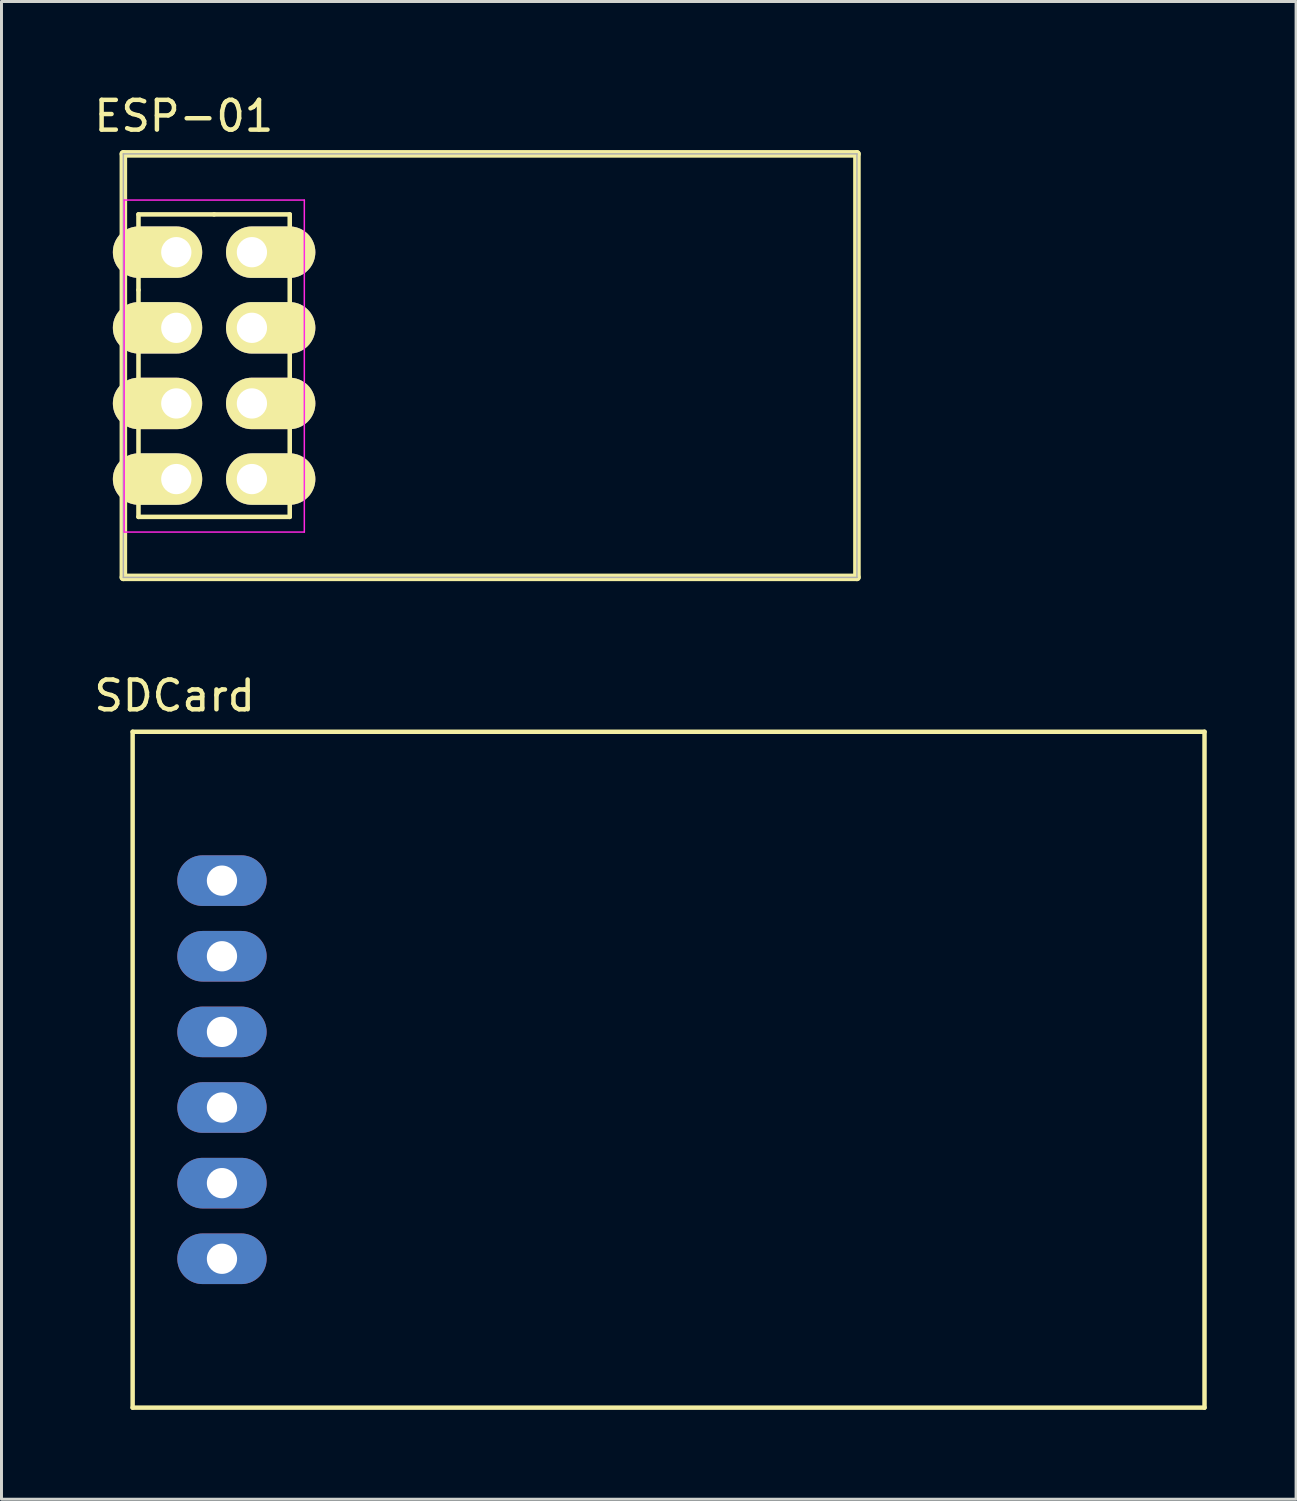
<source format=kicad_pcb>
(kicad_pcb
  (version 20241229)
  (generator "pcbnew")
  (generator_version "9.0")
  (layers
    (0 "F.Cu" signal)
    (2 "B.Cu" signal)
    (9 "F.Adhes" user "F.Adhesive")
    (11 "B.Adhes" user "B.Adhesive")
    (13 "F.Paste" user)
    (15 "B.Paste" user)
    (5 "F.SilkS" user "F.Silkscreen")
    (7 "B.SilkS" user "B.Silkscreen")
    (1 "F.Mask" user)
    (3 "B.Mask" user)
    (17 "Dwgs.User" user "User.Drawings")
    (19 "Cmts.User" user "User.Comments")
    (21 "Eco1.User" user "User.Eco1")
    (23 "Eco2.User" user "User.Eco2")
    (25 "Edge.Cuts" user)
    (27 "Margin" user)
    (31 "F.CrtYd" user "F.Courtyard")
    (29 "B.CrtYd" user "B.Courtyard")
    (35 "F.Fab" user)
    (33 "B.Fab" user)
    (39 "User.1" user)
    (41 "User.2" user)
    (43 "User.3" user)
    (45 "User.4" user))
  (footprint "SDCard"
    (layer "F.Cu")
    (at 4.405 26.527)
    (property "Reference" "SDCard" (at -1.59 -6.21 0) (layer "F.SilkS") (effects (font (size 1 1) (thickness 0.15))))
    (attr through_hole)
    (fp_line (start -3 -5) (end -3 17.7) (stroke (width 0.15) (type solid)) (layer "F.SilkS"))
    (fp_line (start 33 -5) (end -3 -5) (stroke (width 0.15) (type solid)) (layer "F.SilkS"))
    (fp_line (start 33 -5) (end 33 17.7) (stroke (width 0.15) (type solid)) (layer "F.SilkS"))
    (fp_line (start 33 17.7) (end -3 17.7) (stroke (width 0.15) (type solid)) (layer "F.SilkS"))
    (pad "1" thru_hole oval (at 0 0) (size 3 1.7) (drill 1.016) (layers "*.Cu" "*.Mask"))
    (pad "2" thru_hole oval (at 0 2.54) (size 3 1.7) (drill 1.016) (layers "*.Cu" "*.Mask"))
    (pad "3" thru_hole oval (at 0 5.08) (size 3 1.7) (drill 1.016) (layers "*.Cu" "*.Mask"))
    (pad "4" thru_hole oval (at 0 7.62) (size 3 1.7) (drill 1.016) (layers "*.Cu" "*.Mask"))
    (pad "5" thru_hole oval (at 0 10.16) (size 3 1.7) (drill 1.016) (layers "*.Cu" "*.Mask"))
    (pad "6" thru_hole oval (at 0 12.7) (size 3 1.7) (drill 1.016) (layers "*.Cu" "*.Mask")))
  (footprint "ESP-01"
    (layer "F.Cu")
    (at 2.871 5.42)
    (property "Reference" "ESP-01" (at 0.254 -4.572 0) (layer "F.SilkS") (effects (font (size 1 1) (thickness 0.15))))
    (attr through_hole)
    (fp_line (start -1.778 -3.302) (end 22.86 -3.302) (stroke (width 0.254) (type solid)) (layer "F.SilkS"))
    (fp_line (start -1.778 10.922) (end -1.778 -3.302) (stroke (width 0.254) (type solid)) (layer "F.SilkS"))
    (fp_line (start -1.27 -1.27) (end -1.27 1.27) (stroke (width 0.152) (type solid)) (layer "F.SilkS"))
    (fp_line (start -1.27 1.27) (end -1.27 8.89) (stroke (width 0.152) (type solid)) (layer "F.SilkS"))
    (fp_line (start -1.27 8.89) (end 3.81 8.89) (stroke (width 0.152) (type solid)) (layer "F.SilkS"))
    (fp_line (start 1.27 -1.27) (end -1.27 -1.27) (stroke (width 0.152) (type solid)) (layer "F.SilkS"))
    (fp_line (start 3.81 -1.27) (end 1.27 -1.27) (stroke (width 0.152) (type solid)) (layer "F.SilkS"))
    (fp_line (start 3.81 8.89) (end 3.81 -1.27) (stroke (width 0.152) (type solid)) (layer "F.SilkS"))
    (fp_line (start 22.86 -3.302) (end 22.86 10.922) (stroke (width 0.254) (type solid)) (layer "F.SilkS"))
    (fp_line (start 22.86 10.922) (end -1.778 10.922) (stroke (width 0.254) (type solid)) (layer "F.SilkS"))
    (fp_line (start -1.75 -1.75) (end -1.75 9.4) (stroke (width 0.05) (type solid)) (layer "F.CrtYd"))
    (fp_line (start -1.75 -1.75) (end 4.3 -1.75) (stroke (width 0.05) (type solid)) (layer "F.CrtYd"))
    (fp_line (start -1.75 9.4) (end 4.3 9.4) (stroke (width 0.05) (type solid)) (layer "F.CrtYd"))
    (fp_line (start 4.3 -1.75) (end 4.3 9.4) (stroke (width 0.05) (type solid)) (layer "F.CrtYd"))
    (fp_line (start -1.778 -3.302) (end 22.86 -3.302) (stroke (width 0.05) (type solid)) (layer "F.Fab"))
    (fp_line (start -1.778 10.922) (end -1.778 -3.302) (stroke (width 0.05) (type solid)) (layer "F.Fab"))
    (fp_line (start 22.86 -3.302) (end 22.86 10.922) (stroke (width 0.05) (type solid)) (layer "F.Fab"))
    (fp_line (start 22.86 10.922) (end -1.778 10.922) (stroke (width 0.05) (type solid)) (layer "F.Fab"))
    (pad "1" thru_hole oval (at 0 0) (size 3 1.727) (drill 1.016 (offset -0.63 0)) (layers "*.Cu" "*.Mask" "F.SilkS"))
    (pad "2" thru_hole oval (at 2.54 0) (size 3 1.727) (drill 1.016 (offset 0.63 0)) (layers "*.Cu" "*.Mask" "F.SilkS"))
    (pad "3" thru_hole oval (at 0 2.54) (size 3 1.727) (drill 1.016 (offset -0.63 0)) (layers "*.Cu" "*.Mask" "F.SilkS"))
    (pad "4" thru_hole oval (at 2.54 2.54) (size 3 1.727) (drill 1.016 (offset 0.63 0)) (layers "*.Cu" "*.Mask" "F.SilkS"))
    (pad "5" thru_hole oval (at 0 5.08) (size 3 1.727) (drill 1.016 (offset -0.63 0)) (layers "*.Cu" "*.Mask" "F.SilkS"))
    (pad "6" thru_hole oval (at 2.54 5.08) (size 3 1.727) (drill 1.016 (offset 0.63 0)) (layers "*.Cu" "*.Mask" "F.SilkS"))
    (pad "7" thru_hole oval (at 0 7.62) (size 3 1.727) (drill 1.016 (offset -0.63 0)) (layers "*.Cu" "*.Mask" "F.SilkS"))
    (pad "8" thru_hole oval (at 2.54 7.62) (size 3 1.727) (drill 1.016 (offset 0.63 0)) (layers "*.Cu" "*.Mask" "F.SilkS")))
  (gr_rect
    (start -3 -3)
    (end 40.48 47.303)
    (stroke (width 0.1) (type default))
    (fill no)
    (layer "Edge.Cuts")))
</source>
